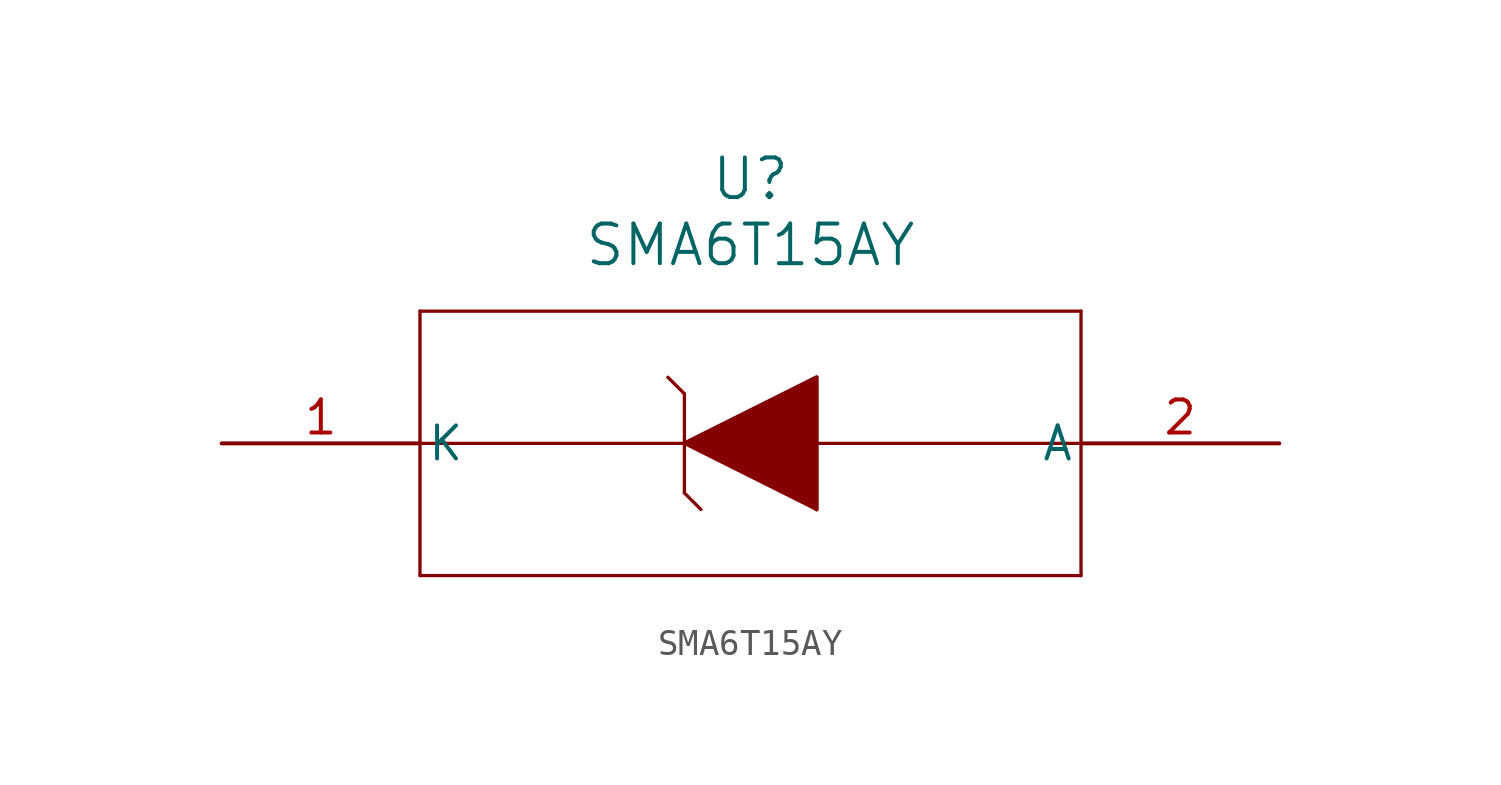
<source format=kicad_sym>
(kicad_symbol_lib
  (version 20211014)
  (generator kicad_symbol_editor)
  (symbol "SMA6T15AY"
    (pin_names
      (offset 0.254))
    (property "Reference" "U"
      (at 20.32 10.16 0)
      (effects (font (size 1.524 1.524))))
    (property "Value" "SMA6T15AY"
      (at 20.32 7.62 0)
      (effects (font (size 1.524 1.524))))
    (symbol "SMA6T15AY_0_1"
      (polyline (pts (xy 7.62 5.08) (xy 7.62 -5.08)) (stroke (width 0.127) (type default) (color 0 0 0 0)) (fill (type none)))
      (polyline (pts (xy 7.62 -5.08) (xy 33.02 -5.08)) (stroke (width 0.127) (type default) (color 0 0 0 0)) (fill (type none)))
      (polyline (pts (xy 33.02 -5.08) (xy 33.02 5.08)) (stroke (width 0.127) (type default) (color 0 0 0 0)) (fill (type none)))
      (polyline (pts (xy 33.02 5.08) (xy 7.62 5.08)) (stroke (width 0.127) (type default) (color 0 0 0 0)) (fill (type none)))
      (polyline (pts (xy 7.62 0) (xy 33.02 0)) (stroke (width 0.127) (type default) (color 0 0 0 0)) (fill (type none)))
      (polyline (pts (xy 17.78 0) (xy 22.86 2.54)) (stroke (width 0.127) (type default) (color 0 0 0 0)) (fill (type none)))
      (polyline (pts (xy 22.86 2.54) (xy 22.86 -2.54)) (stroke (width 0.127) (type default) (color 0 0 0 0)) (fill (type none)))
      (polyline (pts (xy 22.86 -2.54) (xy 17.78 0)) (stroke (width 0.127) (type default) (color 0 0 0 0)) (fill (type none)))
      (polyline (pts (xy 17.78 1.905) (xy 17.78 -1.905)) (stroke (width 0.127) (type default) (color 0 0 0 0)) (fill (type none)))
      (polyline (pts (xy 17.78 1.905) (xy 17.145 2.54)) (stroke (width 0.127) (type default) (color 0 0 0 0)) (fill (type none)))
      (polyline (pts (xy 17.78 -1.905) (xy 18.415 -2.54)) (stroke (width 0.127) (type default) (color 0 0 0 0)) (fill (type none)))
      (polyline (pts (xy 17.78 0) (xy 22.86 2.54) (xy 22.86 -2.54)) (stroke (width 0) (type default) (color 0 0 0 0)) (fill (type outline)))
      (pin unspecified line (at 0 0 0) (length 7.62) (name "K" (effects (font (size 1.27 1.27)))) (number "1" (effects (font (size 1.27 1.27)))))
      (pin unspecified line (at 40.64 0 180) (length 7.62) (name "A" (effects (font (size 1.27 1.27)))) (number "2" (effects (font (size 1.27 1.27))))))))
</source>
